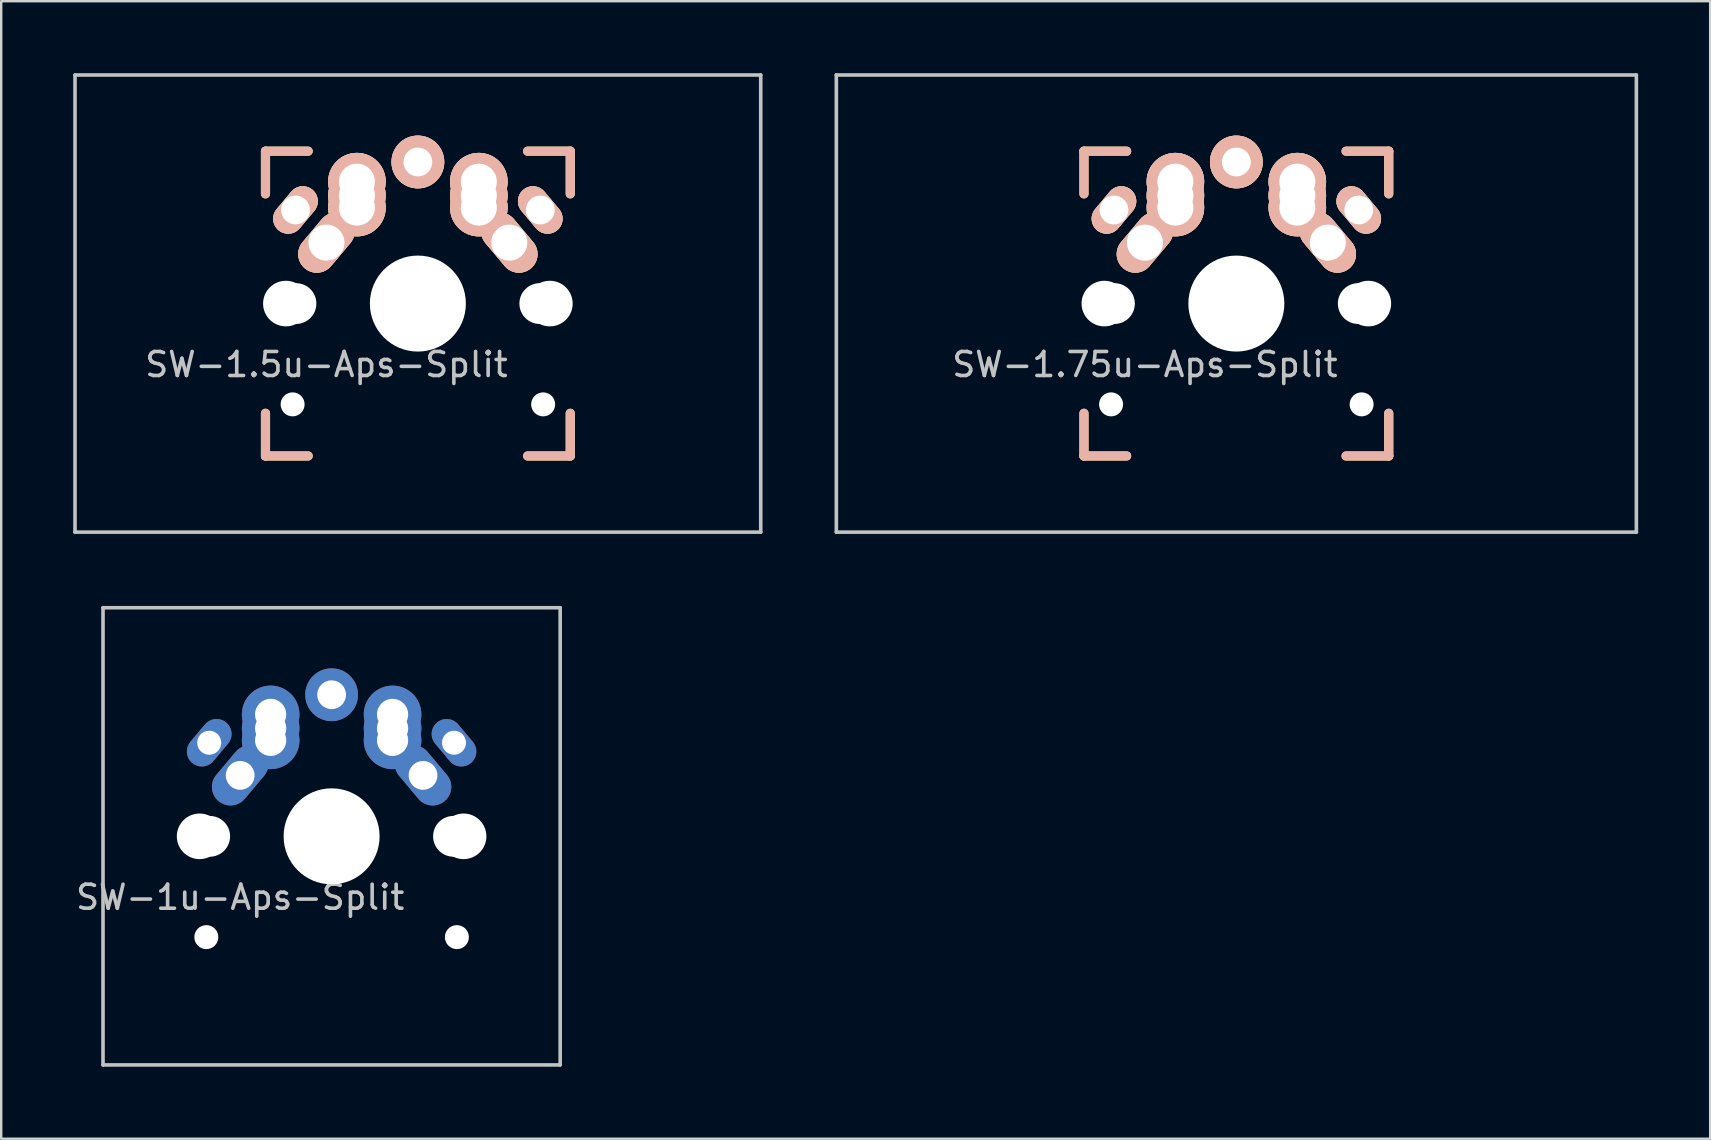
<source format=kicad_pcb>
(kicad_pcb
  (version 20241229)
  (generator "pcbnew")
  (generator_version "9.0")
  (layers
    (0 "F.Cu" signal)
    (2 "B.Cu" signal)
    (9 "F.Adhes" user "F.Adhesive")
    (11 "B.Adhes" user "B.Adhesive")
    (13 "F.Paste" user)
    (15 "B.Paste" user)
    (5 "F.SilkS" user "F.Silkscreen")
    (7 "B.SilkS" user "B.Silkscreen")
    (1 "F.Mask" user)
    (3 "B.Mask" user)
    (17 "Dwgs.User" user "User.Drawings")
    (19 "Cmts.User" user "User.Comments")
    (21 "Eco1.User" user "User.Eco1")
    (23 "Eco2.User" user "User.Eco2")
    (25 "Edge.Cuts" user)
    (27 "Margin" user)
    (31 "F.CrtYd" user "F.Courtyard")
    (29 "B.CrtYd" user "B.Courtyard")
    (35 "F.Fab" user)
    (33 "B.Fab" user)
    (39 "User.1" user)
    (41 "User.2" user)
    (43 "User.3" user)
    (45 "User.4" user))
  (footprint "SW-1.75u-Aps-Split"
    (layer "F.Cu")
    (at 48.469 9.6)
    (property "Reference" "SW-1.75u-Aps-Split" (at -3.81 2.54 0) (layer "Dwgs.User") (effects (font (size 1 1) (thickness 0.15))))
    (attr through_hole)
    (fp_line (start -6.35 -6.35) (end -4.572 -6.35) (stroke (width 0.381) (type solid)) (layer "F.SilkS"))
    (fp_line (start -6.35 -4.572) (end -6.35 -6.35) (stroke (width 0.381) (type solid)) (layer "F.SilkS"))
    (fp_line (start -6.35 6.35) (end -6.35 4.572) (stroke (width 0.381) (type solid)) (layer "F.SilkS"))
    (fp_line (start -4.572 6.35) (end -6.35 6.35) (stroke (width 0.381) (type solid)) (layer "F.SilkS"))
    (fp_line (start 4.572 -6.35) (end 6.35 -6.35) (stroke (width 0.381) (type solid)) (layer "F.SilkS"))
    (fp_line (start 6.35 -6.35) (end 6.35 -4.572) (stroke (width 0.381) (type solid)) (layer "F.SilkS"))
    (fp_line (start 6.35 4.572) (end 6.35 6.35) (stroke (width 0.381) (type solid)) (layer "F.SilkS"))
    (fp_line (start 6.35 6.35) (end 4.572 6.35) (stroke (width 0.381) (type solid)) (layer "F.SilkS"))
    (fp_line (start -6.35 -6.35) (end -6.35 -4.572) (stroke (width 0.381) (type solid)) (layer "B.SilkS"))
    (fp_line (start -6.35 4.572) (end -6.35 6.35) (stroke (width 0.381) (type solid)) (layer "B.SilkS"))
    (fp_line (start -6.35 6.35) (end -4.572 6.35) (stroke (width 0.381) (type solid)) (layer "B.SilkS"))
    (fp_line (start -4.572 -6.35) (end -6.35 -6.35) (stroke (width 0.381) (type solid)) (layer "B.SilkS"))
    (fp_line (start 4.572 6.35) (end 6.35 6.35) (stroke (width 0.381) (type solid)) (layer "B.SilkS"))
    (fp_line (start 6.35 -6.35) (end 4.572 -6.35) (stroke (width 0.381) (type solid)) (layer "B.SilkS"))
    (fp_line (start 6.35 -4.572) (end 6.35 -6.35) (stroke (width 0.381) (type solid)) (layer "B.SilkS"))
    (fp_line (start 6.35 6.35) (end 6.35 4.572) (stroke (width 0.381) (type solid)) (layer "B.SilkS"))
    (fp_line (start -16.669 -9.525) (end 16.669 -9.525) (stroke (width 0.15) (type solid)) (layer "Dwgs.User"))
    (fp_line (start -16.669 9.525) (end -16.669 -9.525) (stroke (width 0.15) (type solid)) (layer "Dwgs.User"))
    (fp_line (start 16.669 -9.525) (end 16.669 9.525) (stroke (width 0.15) (type solid)) (layer "Dwgs.User"))
    (fp_line (start 16.669 9.525) (end -16.669 9.525) (stroke (width 0.15) (type solid)) (layer "Dwgs.User"))
    (fp_line (start -7.798 -6.005) (end -6.985 -6.005) (stroke (width 0.152) (type solid)) (layer "Eco2.User"))
    (fp_line (start -7.798 -2.504) (end -7.798 -6.005) (stroke (width 0.152) (type solid)) (layer "Eco2.User"))
    (fp_line (start -7.798 2.504) (end -6.985 2.504) (stroke (width 0.152) (type solid)) (layer "Eco2.User"))
    (fp_line (start -7.798 6.005) (end -7.798 2.504) (stroke (width 0.152) (type solid)) (layer "Eco2.User"))
    (fp_line (start -6.985 -6.985) (end 6.985 -6.985) (stroke (width 0.152) (type solid)) (layer "Eco2.User"))
    (fp_line (start -6.985 -6.005) (end -6.985 -6.985) (stroke (width 0.152) (type solid)) (layer "Eco2.User"))
    (fp_line (start -6.985 -2.504) (end -7.798 -2.504) (stroke (width 0.152) (type solid)) (layer "Eco2.User"))
    (fp_line (start -6.985 2.504) (end -6.985 -2.504) (stroke (width 0.152) (type solid)) (layer "Eco2.User"))
    (fp_line (start -6.985 6.005) (end -7.798 6.005) (stroke (width 0.152) (type solid)) (layer "Eco2.User"))
    (fp_line (start -6.985 6.985) (end -6.985 6.005) (stroke (width 0.152) (type solid)) (layer "Eco2.User"))
    (fp_line (start 6.985 -6.985) (end 6.985 -6.005) (stroke (width 0.152) (type solid)) (layer "Eco2.User"))
    (fp_line (start 6.985 -6.005) (end 7.798 -6.005) (stroke (width 0.152) (type solid)) (layer "Eco2.User"))
    (fp_line (start 6.985 -2.504) (end 6.985 2.504) (stroke (width 0.152) (type solid)) (layer "Eco2.User"))
    (fp_line (start 6.985 2.504) (end 7.798 2.504) (stroke (width 0.152) (type solid)) (layer "Eco2.User"))
    (fp_line (start 6.985 6.005) (end 6.985 6.985) (stroke (width 0.152) (type solid)) (layer "Eco2.User"))
    (fp_line (start 6.985 6.985) (end -6.985 6.985) (stroke (width 0.152) (type solid)) (layer "Eco2.User"))
    (fp_line (start 7.798 -6.005) (end 7.798 -2.504) (stroke (width 0.152) (type solid)) (layer "Eco2.User"))
    (fp_line (start 7.798 -2.504) (end 6.985 -2.504) (stroke (width 0.152) (type solid)) (layer "Eco2.User"))
    (fp_line (start 7.798 2.504) (end 7.798 6.005) (stroke (width 0.152) (type solid)) (layer "Eco2.User"))
    (fp_line (start 7.798 6.005) (end 6.985 6.005) (stroke (width 0.152) (type solid)) (layer "Eco2.User"))
    (fp_text user " " (at -5.08 5.08 0) (layer "Dwgs.User") (effects (font (size 1 1) (thickness 0.15))))
    (fp_text user " " (at 5.08 5.08 180) (layer "Dwgs.User") (effects (font (size 1 1) (thickness 0.15))))
    (fp_text user " " (at 0 0 0) (layer "F.Fab") (effects (font (size 1 1) (thickness 0.15))))
    (pad "" np_thru_hole circle (at -5.5 0 90) (size 1.9 1.9) (drill 1.9) (layers "*.Cu" "*.Mask"))
    (pad "" np_thru_hole circle (at -5.22 4.2) (size 1 1) (drill 1) (layers "*.Cu" "*.Mask"))
    (pad "" np_thru_hole circle (at -5.08 0) (size 1.7 1.7) (drill 1.7) (layers "*.Cu" "*.Mask"))
    (pad "" np_thru_hole circle (at 0 0 90) (size 4 4) (drill 4) (layers "*.Cu" "*.Mask"))
    (pad "" np_thru_hole circle (at 5.08 0) (size 1.7 1.7) (drill 1.7) (layers "*.Cu" "*.Mask"))
    (pad "" np_thru_hole circle (at 5.22 4.2) (size 1 1) (drill 1) (layers "*.Cu" "*.Mask"))
    (pad "" np_thru_hole circle (at 5.5 0 90) (size 1.9 1.9) (drill 1.9) (layers "*.Cu" "*.Mask"))
    (pad "1" thru_hole circle (at 0 -5.9 90) (size 2.2 2.2) (drill 1.2) (layers "*.Cu" "*.SilkS" "*.Mask"))
    (pad "1" thru_hole circle (at 2.54 -5.08) (size 2.4 2.4) (drill 1.5) (layers "*.Cu" "*.SilkS" "*.Mask"))
    (pad "1" thru_hole circle (at 2.54 -4.5) (size 2.4 2.4) (drill 1.5) (layers "*.Cu" "*.SilkS" "*.Mask"))
    (pad "1" thru_hole circle (at 2.54 -4) (size 2.4 2.4) (drill 1.5) (layers "*.Cu" "*.SilkS" "*.Mask"))
    (pad "1" thru_hole oval (at 3.81 -2.54 310) (size 2.8 1.55) (drill 1.5) (layers "*.Cu" "*.SilkS" "*.Mask"))
    (pad "2" thru_hole oval (at -5.1 -3.9 50) (size 2.2 1.25) (drill 1.2) (layers "*.Cu" "*.SilkS" "*.Mask"))
    (pad "2" thru_hole oval (at -3.81 -2.54 50) (size 2.8 1.55) (drill 1.5) (layers "*.Cu" "*.SilkS" "*.Mask"))
    (pad "2" thru_hole circle (at -2.54 -5.08) (size 2.4 2.4) (drill 1.5) (layers "*.Cu" "*.SilkS" "*.Mask"))
    (pad "2" thru_hole circle (at -2.54 -4.5) (size 2.4 2.4) (drill 1.5) (layers "*.Cu" "*.SilkS" "*.Mask"))
    (pad "2" thru_hole circle (at -2.54 -4) (size 2.4 2.4) (drill 1.5) (layers "*.Cu" "*.SilkS" "*.Mask"))
    (pad "2" thru_hole oval (at 5.1 -3.9 310) (size 2.2 1.25) (drill 1.2) (layers "*.Cu" "*.SilkS" "*.Mask")))
  (footprint "SW-1u-Aps-Split"
    (layer "F.Cu")
    (at 10.768 31.8)
    (property "Reference" "SW-1u-Aps-Split" (at -3.81 2.54 0) (layer "Dwgs.User") (effects (font (size 1 1) (thickness 0.15))))
    (attr through_hole)
    (fp_line (start -9.525 -9.525) (end -9.525 9.525) (stroke (width 0.15) (type solid)) (layer "Dwgs.User"))
    (fp_line (start -9.525 -9.525) (end 9.525 -9.525) (stroke (width 0.15) (type solid)) (layer "Dwgs.User"))
    (fp_line (start 9.525 -9.525) (end 9.525 9.525) (stroke (width 0.15) (type solid)) (layer "Dwgs.User"))
    (fp_line (start 9.525 9.525) (end -9.525 9.525) (stroke (width 0.15) (type solid)) (layer "Dwgs.User"))
    (fp_line (start -7.798 -6.005) (end -6.985 -6.005) (stroke (width 0.152) (type solid)) (layer "Eco2.User"))
    (fp_line (start -7.798 -2.504) (end -7.798 -6.005) (stroke (width 0.152) (type solid)) (layer "Eco2.User"))
    (fp_line (start -7.798 2.504) (end -6.985 2.504) (stroke (width 0.152) (type solid)) (layer "Eco2.User"))
    (fp_line (start -7.798 6.005) (end -7.798 2.504) (stroke (width 0.152) (type solid)) (layer "Eco2.User"))
    (fp_line (start -6.985 -6.985) (end 6.985 -6.985) (stroke (width 0.152) (type solid)) (layer "Eco2.User"))
    (fp_line (start -6.985 -6.005) (end -6.985 -6.985) (stroke (width 0.152) (type solid)) (layer "Eco2.User"))
    (fp_line (start -6.985 -2.504) (end -7.798 -2.504) (stroke (width 0.152) (type solid)) (layer "Eco2.User"))
    (fp_line (start -6.985 2.504) (end -6.985 -2.504) (stroke (width 0.152) (type solid)) (layer "Eco2.User"))
    (fp_line (start -6.985 6.005) (end -7.798 6.005) (stroke (width 0.152) (type solid)) (layer "Eco2.User"))
    (fp_line (start -6.985 6.985) (end -6.985 6.005) (stroke (width 0.152) (type solid)) (layer "Eco2.User"))
    (fp_line (start 6.985 -6.985) (end 6.985 -6.005) (stroke (width 0.152) (type solid)) (layer "Eco2.User"))
    (fp_line (start 6.985 -6.005) (end 7.798 -6.005) (stroke (width 0.152) (type solid)) (layer "Eco2.User"))
    (fp_line (start 6.985 -2.504) (end 6.985 2.504) (stroke (width 0.152) (type solid)) (layer "Eco2.User"))
    (fp_line (start 6.985 2.504) (end 7.798 2.504) (stroke (width 0.152) (type solid)) (layer "Eco2.User"))
    (fp_line (start 6.985 6.005) (end 6.985 6.985) (stroke (width 0.152) (type solid)) (layer "Eco2.User"))
    (fp_line (start 6.985 6.985) (end -6.985 6.985) (stroke (width 0.152) (type solid)) (layer "Eco2.User"))
    (fp_line (start 7.798 -6.005) (end 7.798 -2.504) (stroke (width 0.152) (type solid)) (layer "Eco2.User"))
    (fp_line (start 7.798 -2.504) (end 6.985 -2.504) (stroke (width 0.152) (type solid)) (layer "Eco2.User"))
    (fp_line (start 7.798 2.504) (end 7.798 6.005) (stroke (width 0.152) (type solid)) (layer "Eco2.User"))
    (fp_line (start 7.798 6.005) (end 6.985 6.005) (stroke (width 0.152) (type solid)) (layer "Eco2.User"))
    (pad "" np_thru_hole circle (at -5.5 0 90) (size 1.9 1.9) (drill 1.9) (layers "*.Cu" "*.Mask"))
    (pad "" np_thru_hole circle (at -5.22 4.2) (size 1 1) (drill 1) (layers "*.Cu" "*.Mask"))
    (pad "" np_thru_hole circle (at -5.08 0) (size 1.7 1.7) (drill 1.7) (layers "*.Cu" "*.Mask"))
    (pad "" np_thru_hole circle (at 0 0 90) (size 4 4) (drill 4) (layers "*.Cu" "*.Mask"))
    (pad "" np_thru_hole circle (at 5.08 0) (size 1.7 1.7) (drill 1.7) (layers "*.Cu" "*.Mask"))
    (pad "" np_thru_hole circle (at 5.22 4.2) (size 1 1) (drill 1) (layers "*.Cu" "*.Mask"))
    (pad "" np_thru_hole circle (at 5.5 0 90) (size 1.9 1.9) (drill 1.9) (layers "*.Cu" "*.Mask"))
    (pad "1" thru_hole circle (at 0 -5.9 90) (size 2.2 2.2) (drill 1.2) (layers "*.Cu" "*.Mask"))
    (pad "1" thru_hole circle (at 2.54 -5.08) (size 2.4 2.4) (drill 1.3) (layers "*.Cu" "*.Mask"))
    (pad "1" thru_hole circle (at 2.54 -4.5) (size 2.4 2.4) (drill 1.3) (layers "*.Cu" "*.Mask"))
    (pad "1" thru_hole circle (at 2.54 -4) (size 2.4 2.4) (drill 1.3) (layers "*.Cu" "*.Mask"))
    (pad "1" thru_hole oval (at 3.81 -2.54 310) (size 2.8 1.55) (drill 1.2) (layers "*.Cu" "*.Mask"))
    (pad "2" thru_hole oval (at -5.1 -3.9 50) (size 2.2 1.25) (drill 1) (layers "*.Cu" "*.Mask"))
    (pad "2" thru_hole oval (at -3.81 -2.54 50) (size 2.8 1.55) (drill 1.2) (layers "*.Cu" "*.Mask"))
    (pad "2" thru_hole circle (at -2.54 -5.08) (size 2.4 2.4) (drill 1.3) (layers "*.Cu" "*.Mask"))
    (pad "2" thru_hole circle (at -2.54 -4.5) (size 2.4 2.4) (drill 1.3) (layers "*.Cu" "*.Mask"))
    (pad "2" thru_hole circle (at -2.54 -4) (size 2.4 2.4) (drill 1.3) (layers "*.Cu" "*.Mask"))
    (pad "2" thru_hole oval (at 5.1 -3.9 310) (size 2.2 1.25) (drill 1) (layers "*.Cu" "*.Mask")))
  (footprint "SW-1.5u-Aps-Split"
    (layer "F.Cu")
    (at 14.363 9.6)
    (property "Reference" "SW-1.5u-Aps-Split" (at -3.81 2.54 0) (layer "Dwgs.User") (effects (font (size 1 1) (thickness 0.15))))
    (attr through_hole)
    (fp_line (start -6.35 -6.35) (end -4.572 -6.35) (stroke (width 0.381) (type solid)) (layer "F.SilkS"))
    (fp_line (start -6.35 -4.572) (end -6.35 -6.35) (stroke (width 0.381) (type solid)) (layer "F.SilkS"))
    (fp_line (start -6.35 6.35) (end -6.35 4.572) (stroke (width 0.381) (type solid)) (layer "F.SilkS"))
    (fp_line (start -4.572 6.35) (end -6.35 6.35) (stroke (width 0.381) (type solid)) (layer "F.SilkS"))
    (fp_line (start 4.572 -6.35) (end 6.35 -6.35) (stroke (width 0.381) (type solid)) (layer "F.SilkS"))
    (fp_line (start 6.35 -6.35) (end 6.35 -4.572) (stroke (width 0.381) (type solid)) (layer "F.SilkS"))
    (fp_line (start 6.35 4.572) (end 6.35 6.35) (stroke (width 0.381) (type solid)) (layer "F.SilkS"))
    (fp_line (start 6.35 6.35) (end 4.572 6.35) (stroke (width 0.381) (type solid)) (layer "F.SilkS"))
    (fp_line (start -6.35 -6.35) (end -6.35 -4.572) (stroke (width 0.381) (type solid)) (layer "B.SilkS"))
    (fp_line (start -6.35 4.572) (end -6.35 6.35) (stroke (width 0.381) (type solid)) (layer "B.SilkS"))
    (fp_line (start -6.35 6.35) (end -4.572 6.35) (stroke (width 0.381) (type solid)) (layer "B.SilkS"))
    (fp_line (start -4.572 -6.35) (end -6.35 -6.35) (stroke (width 0.381) (type solid)) (layer "B.SilkS"))
    (fp_line (start 4.572 6.35) (end 6.35 6.35) (stroke (width 0.381) (type solid)) (layer "B.SilkS"))
    (fp_line (start 6.35 -6.35) (end 4.572 -6.35) (stroke (width 0.381) (type solid)) (layer "B.SilkS"))
    (fp_line (start 6.35 -4.572) (end 6.35 -6.35) (stroke (width 0.381) (type solid)) (layer "B.SilkS"))
    (fp_line (start 6.35 6.35) (end 6.35 4.572) (stroke (width 0.381) (type solid)) (layer "B.SilkS"))
    (fp_line (start -14.287 -9.525) (end 14.287 -9.525) (stroke (width 0.15) (type solid)) (layer "Dwgs.User"))
    (fp_line (start -14.287 9.525) (end -14.287 -9.525) (stroke (width 0.15) (type solid)) (layer "Dwgs.User"))
    (fp_line (start 14.287 -9.525) (end 14.287 9.525) (stroke (width 0.15) (type solid)) (layer "Dwgs.User"))
    (fp_line (start 14.287 9.525) (end -14.287 9.525) (stroke (width 0.15) (type solid)) (layer "Dwgs.User"))
    (fp_line (start -7.798 -6.005) (end -6.985 -6.005) (stroke (width 0.152) (type solid)) (layer "Eco2.User"))
    (fp_line (start -7.798 -2.504) (end -7.798 -6.005) (stroke (width 0.152) (type solid)) (layer "Eco2.User"))
    (fp_line (start -7.798 2.504) (end -6.985 2.504) (stroke (width 0.152) (type solid)) (layer "Eco2.User"))
    (fp_line (start -7.798 6.005) (end -7.798 2.504) (stroke (width 0.152) (type solid)) (layer "Eco2.User"))
    (fp_line (start -6.985 -6.985) (end 6.985 -6.985) (stroke (width 0.152) (type solid)) (layer "Eco2.User"))
    (fp_line (start -6.985 -6.005) (end -6.985 -6.985) (stroke (width 0.152) (type solid)) (layer "Eco2.User"))
    (fp_line (start -6.985 -2.504) (end -7.798 -2.504) (stroke (width 0.152) (type solid)) (layer "Eco2.User"))
    (fp_line (start -6.985 2.504) (end -6.985 -2.504) (stroke (width 0.152) (type solid)) (layer "Eco2.User"))
    (fp_line (start -6.985 6.005) (end -7.798 6.005) (stroke (width 0.152) (type solid)) (layer "Eco2.User"))
    (fp_line (start -6.985 6.985) (end -6.985 6.005) (stroke (width 0.152) (type solid)) (layer "Eco2.User"))
    (fp_line (start 6.985 -6.985) (end 6.985 -6.005) (stroke (width 0.152) (type solid)) (layer "Eco2.User"))
    (fp_line (start 6.985 -6.005) (end 7.798 -6.005) (stroke (width 0.152) (type solid)) (layer "Eco2.User"))
    (fp_line (start 6.985 -2.504) (end 6.985 2.504) (stroke (width 0.152) (type solid)) (layer "Eco2.User"))
    (fp_line (start 6.985 2.504) (end 7.798 2.504) (stroke (width 0.152) (type solid)) (layer "Eco2.User"))
    (fp_line (start 6.985 6.005) (end 6.985 6.985) (stroke (width 0.152) (type solid)) (layer "Eco2.User"))
    (fp_line (start 6.985 6.985) (end -6.985 6.985) (stroke (width 0.152) (type solid)) (layer "Eco2.User"))
    (fp_line (start 7.798 -6.005) (end 7.798 -2.504) (stroke (width 0.152) (type solid)) (layer "Eco2.User"))
    (fp_line (start 7.798 -2.504) (end 6.985 -2.504) (stroke (width 0.152) (type solid)) (layer "Eco2.User"))
    (fp_line (start 7.798 2.504) (end 7.798 6.005) (stroke (width 0.152) (type solid)) (layer "Eco2.User"))
    (fp_line (start 7.798 6.005) (end 6.985 6.005) (stroke (width 0.152) (type solid)) (layer "Eco2.User"))
    (fp_text user " " (at 5.08 5.08 180) (layer "Dwgs.User") (effects (font (size 1 1) (thickness 0.15))))
    (fp_text user " " (at -5.08 5.08 0) (layer "Dwgs.User") (effects (font (size 1 1) (thickness 0.15))))
    (fp_text user " " (at 0 0 0) (layer "F.Fab") (effects (font (size 1 1) (thickness 0.15))))
    (pad "" np_thru_hole circle (at -5.5 0 90) (size 1.9 1.9) (drill 1.9) (layers "*.Cu" "*.Mask"))
    (pad "" np_thru_hole circle (at -5.22 4.2) (size 1 1) (drill 1) (layers "*.Cu" "*.Mask"))
    (pad "" np_thru_hole circle (at -5.08 0) (size 1.7 1.7) (drill 1.7) (layers "*.Cu" "*.Mask"))
    (pad "" np_thru_hole circle (at 0 0 90) (size 4 4) (drill 4) (layers "*.Cu" "*.Mask"))
    (pad "" np_thru_hole circle (at 5.08 0) (size 1.7 1.7) (drill 1.7) (layers "*.Cu" "*.Mask"))
    (pad "" np_thru_hole circle (at 5.22 4.2) (size 1 1) (drill 1) (layers "*.Cu" "*.Mask"))
    (pad "" np_thru_hole circle (at 5.5 0 90) (size 1.9 1.9) (drill 1.9) (layers "*.Cu" "*.Mask"))
    (pad "1" thru_hole circle (at 0 -5.9 90) (size 2.2 2.2) (drill 1.2) (layers "*.Cu" "*.SilkS" "*.Mask"))
    (pad "1" thru_hole circle (at 2.54 -5.08) (size 2.4 2.4) (drill 1.5) (layers "*.Cu" "*.SilkS" "*.Mask"))
    (pad "1" thru_hole circle (at 2.54 -4.5) (size 2.4 2.4) (drill 1.5) (layers "*.Cu" "*.SilkS" "*.Mask"))
    (pad "1" thru_hole circle (at 2.54 -4) (size 2.4 2.4) (drill 1.5) (layers "*.Cu" "*.SilkS" "*.Mask"))
    (pad "1" thru_hole oval (at 3.81 -2.54 310) (size 2.8 1.55) (drill 1.5) (layers "*.Cu" "*.SilkS" "*.Mask"))
    (pad "2" thru_hole oval (at -5.1 -3.9 50) (size 2.2 1.25) (drill 1.2) (layers "*.Cu" "*.SilkS" "*.Mask"))
    (pad "2" thru_hole oval (at -3.81 -2.54 50) (size 2.8 1.55) (drill 1.5) (layers "*.Cu" "*.SilkS" "*.Mask"))
    (pad "2" thru_hole circle (at -2.54 -5.08) (size 2.4 2.4) (drill 1.5) (layers "*.Cu" "*.SilkS" "*.Mask"))
    (pad "2" thru_hole circle (at -2.54 -4.5) (size 2.4 2.4) (drill 1.5) (layers "*.Cu" "*.SilkS" "*.Mask"))
    (pad "2" thru_hole circle (at -2.54 -4) (size 2.4 2.4) (drill 1.5) (layers "*.Cu" "*.SilkS" "*.Mask"))
    (pad "2" thru_hole oval (at 5.1 -3.9 310) (size 2.2 1.25) (drill 1.2) (layers "*.Cu" "*.SilkS" "*.Mask")))
  (gr_rect
    (start -3 -3)
    (end 68.213 44.4)
    (stroke (width 0.1) (type default))
    (fill no)
    (layer "Edge.Cuts")))
</source>
